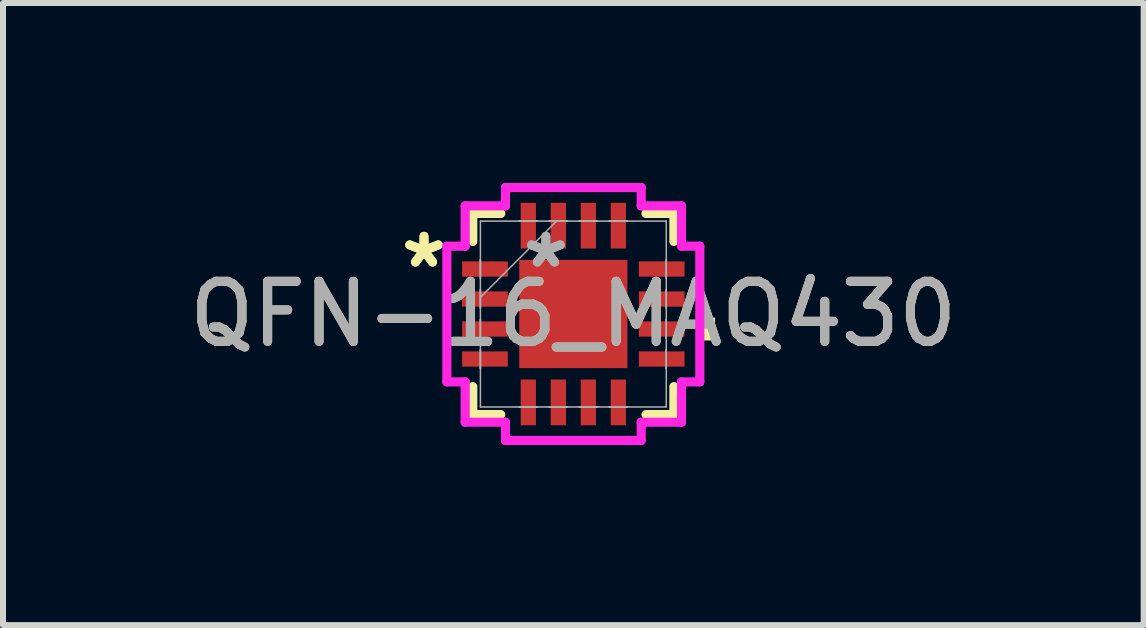
<source format=kicad_pcb>
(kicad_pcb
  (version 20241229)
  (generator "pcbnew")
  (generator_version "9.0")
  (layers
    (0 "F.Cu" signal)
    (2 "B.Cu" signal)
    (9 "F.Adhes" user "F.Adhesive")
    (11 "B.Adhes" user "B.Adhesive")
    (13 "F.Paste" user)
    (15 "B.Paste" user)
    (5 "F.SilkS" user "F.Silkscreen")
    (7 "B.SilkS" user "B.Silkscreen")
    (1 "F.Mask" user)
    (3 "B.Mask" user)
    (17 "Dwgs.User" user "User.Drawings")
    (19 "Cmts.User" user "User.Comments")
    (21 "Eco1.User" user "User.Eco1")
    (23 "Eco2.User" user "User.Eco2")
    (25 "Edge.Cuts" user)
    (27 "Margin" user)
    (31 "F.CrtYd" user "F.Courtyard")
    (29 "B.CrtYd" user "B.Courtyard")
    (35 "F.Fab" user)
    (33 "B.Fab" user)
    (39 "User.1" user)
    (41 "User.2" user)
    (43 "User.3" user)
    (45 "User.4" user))
  (footprint "QFN-16_MAQ430"
    (layer "F.Cu")
    (at 6.506 2.184)
    (property "Reference" "QFN-16_MAQ430" (at 0 0 0) (unlocked yes) (layer "F.SilkS") (effects (font (size 1 1) (thickness 0.15))))
    (attr smd)
    (fp_line (start -1.676 -1.676) (end -1.676 -1.21) (stroke (width 0.152) (type solid)) (layer "F.SilkS"))
    (fp_line (start -1.676 1.21) (end -1.676 1.676) (stroke (width 0.152) (type solid)) (layer "F.SilkS"))
    (fp_line (start -1.676 1.676) (end -1.21 1.676) (stroke (width 0.152) (type solid)) (layer "F.SilkS"))
    (fp_line (start -1.21 -1.676) (end -1.676 -1.676) (stroke (width 0.152) (type solid)) (layer "F.SilkS"))
    (fp_line (start 1.21 1.676) (end 1.676 1.676) (stroke (width 0.152) (type solid)) (layer "F.SilkS"))
    (fp_line (start 1.676 -1.676) (end 1.21 -1.676) (stroke (width 0.152) (type solid)) (layer "F.SilkS"))
    (fp_line (start 1.676 -1.21) (end 1.676 -1.676) (stroke (width 0.152) (type solid)) (layer "F.SilkS"))
    (fp_line (start 1.676 1.676) (end 1.676 1.21) (stroke (width 0.152) (type solid)) (layer "F.SilkS"))
    (fp_poly (pts (xy 2.362 0.059) (xy 2.362 0.441) (xy 2.108 0.441) (xy 2.108 0.059)) (stroke (width 0) (type solid)) (fill yes) (layer "F.SilkS"))
    (fp_line (start -2.108 -1.131) (end -1.803 -1.131) (stroke (width 0.152) (type solid)) (layer "F.CrtYd"))
    (fp_line (start -2.108 1.131) (end -2.108 -1.131) (stroke (width 0.152) (type solid)) (layer "F.CrtYd"))
    (fp_line (start -1.803 -1.803) (end -1.131 -1.803) (stroke (width 0.152) (type solid)) (layer "F.CrtYd"))
    (fp_line (start -1.803 -1.131) (end -1.803 -1.803) (stroke (width 0.152) (type solid)) (layer "F.CrtYd"))
    (fp_line (start -1.803 1.131) (end -2.108 1.131) (stroke (width 0.152) (type solid)) (layer "F.CrtYd"))
    (fp_line (start -1.803 1.803) (end -1.803 1.131) (stroke (width 0.152) (type solid)) (layer "F.CrtYd"))
    (fp_line (start -1.131 -2.108) (end 1.131 -2.108) (stroke (width 0.152) (type solid)) (layer "F.CrtYd"))
    (fp_line (start -1.131 -1.803) (end -1.131 -2.108) (stroke (width 0.152) (type solid)) (layer "F.CrtYd"))
    (fp_line (start -1.131 1.803) (end -1.803 1.803) (stroke (width 0.152) (type solid)) (layer "F.CrtYd"))
    (fp_line (start -1.131 2.108) (end -1.131 1.803) (stroke (width 0.152) (type solid)) (layer "F.CrtYd"))
    (fp_line (start 1.131 -2.108) (end 1.131 -1.803) (stroke (width 0.152) (type solid)) (layer "F.CrtYd"))
    (fp_line (start 1.131 -1.803) (end 1.803 -1.803) (stroke (width 0.152) (type solid)) (layer "F.CrtYd"))
    (fp_line (start 1.131 1.803) (end 1.131 2.108) (stroke (width 0.152) (type solid)) (layer "F.CrtYd"))
    (fp_line (start 1.131 2.108) (end -1.131 2.108) (stroke (width 0.152) (type solid)) (layer "F.CrtYd"))
    (fp_line (start 1.803 -1.803) (end 1.803 -1.131) (stroke (width 0.152) (type solid)) (layer "F.CrtYd"))
    (fp_line (start 1.803 -1.131) (end 2.108 -1.131) (stroke (width 0.152) (type solid)) (layer "F.CrtYd"))
    (fp_line (start 1.803 1.131) (end 1.803 1.803) (stroke (width 0.152) (type solid)) (layer "F.CrtYd"))
    (fp_line (start 1.803 1.803) (end 1.131 1.803) (stroke (width 0.152) (type solid)) (layer "F.CrtYd"))
    (fp_line (start 2.108 -1.131) (end 2.108 1.131) (stroke (width 0.152) (type solid)) (layer "F.CrtYd"))
    (fp_line (start 2.108 1.131) (end 1.803 1.131) (stroke (width 0.152) (type solid)) (layer "F.CrtYd"))
    (fp_line (start -1.549 -1.549) (end -1.549 1.549) (stroke (width 0.025) (type solid)) (layer "F.Fab"))
    (fp_line (start -1.549 -0.902) (end -1.549 -0.902) (stroke (width 0.025) (type solid)) (layer "F.Fab"))
    (fp_line (start -1.549 -0.902) (end -1.549 -0.598) (stroke (width 0.025) (type solid)) (layer "F.Fab"))
    (fp_line (start -1.549 -0.598) (end -1.549 -0.902) (stroke (width 0.025) (type solid)) (layer "F.Fab"))
    (fp_line (start -1.549 -0.598) (end -1.549 -0.598) (stroke (width 0.025) (type solid)) (layer "F.Fab"))
    (fp_line (start -1.549 -0.402) (end -1.549 -0.402) (stroke (width 0.025) (type solid)) (layer "F.Fab"))
    (fp_line (start -1.549 -0.402) (end -1.549 -0.098) (stroke (width 0.025) (type solid)) (layer "F.Fab"))
    (fp_line (start -1.549 -0.279) (end -0.279 -1.549) (stroke (width 0.025) (type solid)) (layer "F.Fab"))
    (fp_line (start -1.549 -0.098) (end -1.549 -0.402) (stroke (width 0.025) (type solid)) (layer "F.Fab"))
    (fp_line (start -1.549 -0.098) (end -1.549 -0.098) (stroke (width 0.025) (type solid)) (layer "F.Fab"))
    (fp_line (start -1.549 0.098) (end -1.549 0.098) (stroke (width 0.025) (type solid)) (layer "F.Fab"))
    (fp_line (start -1.549 0.098) (end -1.549 0.402) (stroke (width 0.025) (type solid)) (layer "F.Fab"))
    (fp_line (start -1.549 0.402) (end -1.549 0.098) (stroke (width 0.025) (type solid)) (layer "F.Fab"))
    (fp_line (start -1.549 0.402) (end -1.549 0.402) (stroke (width 0.025) (type solid)) (layer "F.Fab"))
    (fp_line (start -1.549 0.598) (end -1.549 0.598) (stroke (width 0.025) (type solid)) (layer "F.Fab"))
    (fp_line (start -1.549 0.598) (end -1.549 0.902) (stroke (width 0.025) (type solid)) (layer "F.Fab"))
    (fp_line (start -1.549 0.902) (end -1.549 0.598) (stroke (width 0.025) (type solid)) (layer "F.Fab"))
    (fp_line (start -1.549 0.902) (end -1.549 0.902) (stroke (width 0.025) (type solid)) (layer "F.Fab"))
    (fp_line (start -1.549 1.549) (end 1.549 1.549) (stroke (width 0.025) (type solid)) (layer "F.Fab"))
    (fp_line (start -0.902 -1.549) (end -0.902 -1.549) (stroke (width 0.025) (type solid)) (layer "F.Fab"))
    (fp_line (start -0.902 -1.549) (end -0.598 -1.549) (stroke (width 0.025) (type solid)) (layer "F.Fab"))
    (fp_line (start -0.902 1.549) (end -0.902 1.549) (stroke (width 0.025) (type solid)) (layer "F.Fab"))
    (fp_line (start -0.902 1.549) (end -0.598 1.549) (stroke (width 0.025) (type solid)) (layer "F.Fab"))
    (fp_line (start -0.598 -1.549) (end -0.902 -1.549) (stroke (width 0.025) (type solid)) (layer "F.Fab"))
    (fp_line (start -0.598 -1.549) (end -0.598 -1.549) (stroke (width 0.025) (type solid)) (layer "F.Fab"))
    (fp_line (start -0.598 1.549) (end -0.902 1.549) (stroke (width 0.025) (type solid)) (layer "F.Fab"))
    (fp_line (start -0.598 1.549) (end -0.598 1.549) (stroke (width 0.025) (type solid)) (layer "F.Fab"))
    (fp_line (start -0.402 -1.549) (end -0.402 -1.549) (stroke (width 0.025) (type solid)) (layer "F.Fab"))
    (fp_line (start -0.402 -1.549) (end -0.098 -1.549) (stroke (width 0.025) (type solid)) (layer "F.Fab"))
    (fp_line (start -0.402 1.549) (end -0.402 1.549) (stroke (width 0.025) (type solid)) (layer "F.Fab"))
    (fp_line (start -0.402 1.549) (end -0.098 1.549) (stroke (width 0.025) (type solid)) (layer "F.Fab"))
    (fp_line (start -0.098 -1.549) (end -0.402 -1.549) (stroke (width 0.025) (type solid)) (layer "F.Fab"))
    (fp_line (start -0.098 -1.549) (end -0.098 -1.549) (stroke (width 0.025) (type solid)) (layer "F.Fab"))
    (fp_line (start -0.098 1.549) (end -0.402 1.549) (stroke (width 0.025) (type solid)) (layer "F.Fab"))
    (fp_line (start -0.098 1.549) (end -0.098 1.549) (stroke (width 0.025) (type solid)) (layer "F.Fab"))
    (fp_line (start 0.098 -1.549) (end 0.098 -1.549) (stroke (width 0.025) (type solid)) (layer "F.Fab"))
    (fp_line (start 0.098 -1.549) (end 0.402 -1.549) (stroke (width 0.025) (type solid)) (layer "F.Fab"))
    (fp_line (start 0.098 1.549) (end 0.098 1.549) (stroke (width 0.025) (type solid)) (layer "F.Fab"))
    (fp_line (start 0.098 1.549) (end 0.402 1.549) (stroke (width 0.025) (type solid)) (layer "F.Fab"))
    (fp_line (start 0.402 -1.549) (end 0.098 -1.549) (stroke (width 0.025) (type solid)) (layer "F.Fab"))
    (fp_line (start 0.402 -1.549) (end 0.402 -1.549) (stroke (width 0.025) (type solid)) (layer "F.Fab"))
    (fp_line (start 0.402 1.549) (end 0.098 1.549) (stroke (width 0.025) (type solid)) (layer "F.Fab"))
    (fp_line (start 0.402 1.549) (end 0.402 1.549) (stroke (width 0.025) (type solid)) (layer "F.Fab"))
    (fp_line (start 0.598 -1.549) (end 0.598 -1.549) (stroke (width 0.025) (type solid)) (layer "F.Fab"))
    (fp_line (start 0.598 -1.549) (end 0.902 -1.549) (stroke (width 0.025) (type solid)) (layer "F.Fab"))
    (fp_line (start 0.598 1.549) (end 0.598 1.549) (stroke (width 0.025) (type solid)) (layer "F.Fab"))
    (fp_line (start 0.598 1.549) (end 0.902 1.549) (stroke (width 0.025) (type solid)) (layer "F.Fab"))
    (fp_line (start 0.902 -1.549) (end 0.598 -1.549) (stroke (width 0.025) (type solid)) (layer "F.Fab"))
    (fp_line (start 0.902 -1.549) (end 0.902 -1.549) (stroke (width 0.025) (type solid)) (layer "F.Fab"))
    (fp_line (start 0.902 1.549) (end 0.598 1.549) (stroke (width 0.025) (type solid)) (layer "F.Fab"))
    (fp_line (start 0.902 1.549) (end 0.902 1.549) (stroke (width 0.025) (type solid)) (layer "F.Fab"))
    (fp_line (start 1.549 -1.549) (end -1.549 -1.549) (stroke (width 0.025) (type solid)) (layer "F.Fab"))
    (fp_line (start 1.549 -0.902) (end 1.549 -0.902) (stroke (width 0.025) (type solid)) (layer "F.Fab"))
    (fp_line (start 1.549 -0.902) (end 1.549 -0.598) (stroke (width 0.025) (type solid)) (layer "F.Fab"))
    (fp_line (start 1.549 -0.598) (end 1.549 -0.902) (stroke (width 0.025) (type solid)) (layer "F.Fab"))
    (fp_line (start 1.549 -0.598) (end 1.549 -0.598) (stroke (width 0.025) (type solid)) (layer "F.Fab"))
    (fp_line (start 1.549 -0.402) (end 1.549 -0.402) (stroke (width 0.025) (type solid)) (layer "F.Fab"))
    (fp_line (start 1.549 -0.402) (end 1.549 -0.098) (stroke (width 0.025) (type solid)) (layer "F.Fab"))
    (fp_line (start 1.549 -0.098) (end 1.549 -0.402) (stroke (width 0.025) (type solid)) (layer "F.Fab"))
    (fp_line (start 1.549 -0.098) (end 1.549 -0.098) (stroke (width 0.025) (type solid)) (layer "F.Fab"))
    (fp_line (start 1.549 0.098) (end 1.549 0.098) (stroke (width 0.025) (type solid)) (layer "F.Fab"))
    (fp_line (start 1.549 0.098) (end 1.549 0.402) (stroke (width 0.025) (type solid)) (layer "F.Fab"))
    (fp_line (start 1.549 0.402) (end 1.549 0.098) (stroke (width 0.025) (type solid)) (layer "F.Fab"))
    (fp_line (start 1.549 0.402) (end 1.549 0.402) (stroke (width 0.025) (type solid)) (layer "F.Fab"))
    (fp_line (start 1.549 0.598) (end 1.549 0.598) (stroke (width 0.025) (type solid)) (layer "F.Fab"))
    (fp_line (start 1.549 0.598) (end 1.549 0.902) (stroke (width 0.025) (type solid)) (layer "F.Fab"))
    (fp_line (start 1.549 0.902) (end 1.549 0.598) (stroke (width 0.025) (type solid)) (layer "F.Fab"))
    (fp_line (start 1.549 0.902) (end 1.549 0.902) (stroke (width 0.025) (type solid)) (layer "F.Fab"))
    (fp_line (start 1.549 1.549) (end 1.549 -1.549) (stroke (width 0.025) (type solid)) (layer "F.Fab"))
    (fp_text user "*" (at -2.489 -0.75 0) (layer "F.SilkS") (effects (font (size 1 1) (thickness 0.15))))
    (fp_text user "*" (at -2.489 -0.75 0) (unlocked yes) (layer "F.SilkS") (effects (font (size 1 1) (thickness 0.15))))
    (fp_text user "${REFERENCE}" (at 0 0 0) (unlocked yes) (layer "F.Fab") (effects (font (size 1 1) (thickness 0.15))))
    (fp_text user "*" (at -0.457 -0.75 0) (unlocked yes) (layer "F.Fab") (effects (font (size 1 1) (thickness 0.15))))
    (fp_text user "*" (at -0.457 -0.75 0) (layer "F.Fab") (effects (font (size 1 1) (thickness 0.15))))
    (pad "1" smd rect (at -1.473 -0.75 90) (size 0.254 0.762) (layers "F.Cu" "F.Mask" "F.Paste"))
    (pad "2" smd rect (at -1.473 -0.25 90) (size 0.254 0.762) (layers "F.Cu" "F.Mask" "F.Paste"))
    (pad "3" smd rect (at -1.473 0.25 90) (size 0.254 0.762) (layers "F.Cu" "F.Mask" "F.Paste"))
    (pad "4" smd rect (at -1.473 0.75 90) (size 0.254 0.762) (layers "F.Cu" "F.Mask" "F.Paste"))
    (pad "5" smd rect (at -0.75 1.473) (size 0.254 0.762) (layers "F.Cu" "F.Mask" "F.Paste"))
    (pad "6" smd rect (at -0.25 1.473) (size 0.254 0.762) (layers "F.Cu" "F.Mask" "F.Paste"))
    (pad "7" smd rect (at 0.25 1.473) (size 0.254 0.762) (layers "F.Cu" "F.Mask" "F.Paste"))
    (pad "8" smd rect (at 0.75 1.473) (size 0.254 0.762) (layers "F.Cu" "F.Mask" "F.Paste"))
    (pad "9" smd rect (at 1.473 0.75 90) (size 0.254 0.762) (layers "F.Cu" "F.Mask" "F.Paste"))
    (pad "10" smd rect (at 1.473 0.25 90) (size 0.254 0.762) (layers "F.Cu" "F.Mask" "F.Paste"))
    (pad "11" smd rect (at 1.473 -0.25 90) (size 0.254 0.762) (layers "F.Cu" "F.Mask" "F.Paste"))
    (pad "12" smd rect (at 1.473 -0.75 90) (size 0.254 0.762) (layers "F.Cu" "F.Mask" "F.Paste"))
    (pad "13" smd rect (at 0.75 -1.473) (size 0.254 0.762) (layers "F.Cu" "F.Mask" "F.Paste"))
    (pad "14" smd rect (at 0.25 -1.473) (size 0.254 0.762) (layers "F.Cu" "F.Mask" "F.Paste"))
    (pad "15" smd rect (at -0.25 -1.473) (size 0.254 0.762) (layers "F.Cu" "F.Mask" "F.Paste"))
    (pad "16" smd rect (at -0.75 -1.473) (size 0.254 0.762) (layers "F.Cu" "F.Mask" "F.Paste"))
    (pad "17" smd rect (at 0 0) (size 1.803 1.803) (layers "F.Cu" "F.Mask" "F.Paste")))
  (gr_rect
    (start -3 -3)
    (end 16.012 7.369)
    (stroke (width 0.1) (type default))
    (fill no)
    (layer "Edge.Cuts")))
</source>
